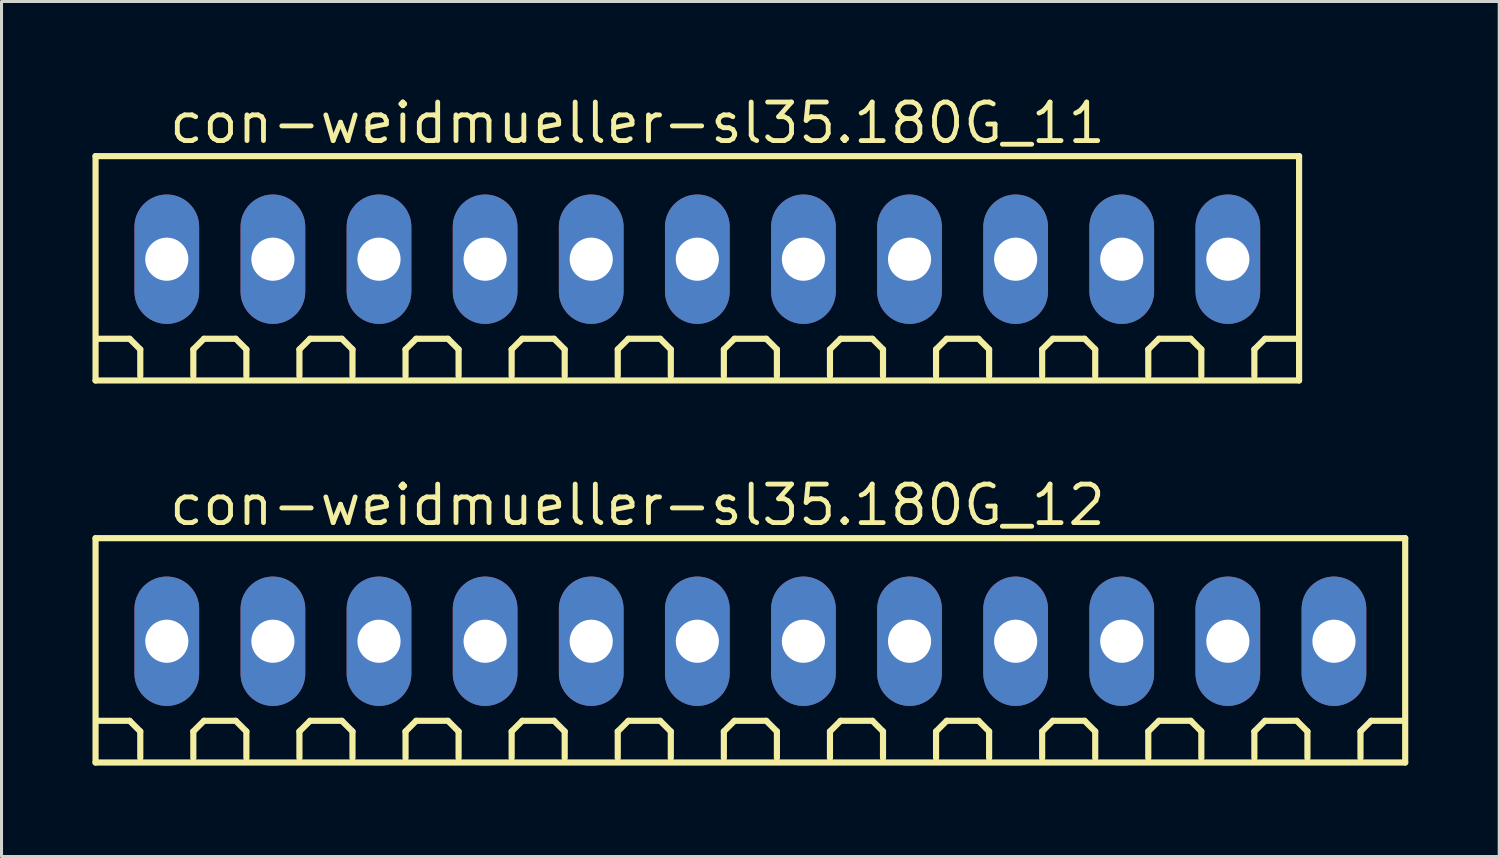
<source format=kicad_pcb>
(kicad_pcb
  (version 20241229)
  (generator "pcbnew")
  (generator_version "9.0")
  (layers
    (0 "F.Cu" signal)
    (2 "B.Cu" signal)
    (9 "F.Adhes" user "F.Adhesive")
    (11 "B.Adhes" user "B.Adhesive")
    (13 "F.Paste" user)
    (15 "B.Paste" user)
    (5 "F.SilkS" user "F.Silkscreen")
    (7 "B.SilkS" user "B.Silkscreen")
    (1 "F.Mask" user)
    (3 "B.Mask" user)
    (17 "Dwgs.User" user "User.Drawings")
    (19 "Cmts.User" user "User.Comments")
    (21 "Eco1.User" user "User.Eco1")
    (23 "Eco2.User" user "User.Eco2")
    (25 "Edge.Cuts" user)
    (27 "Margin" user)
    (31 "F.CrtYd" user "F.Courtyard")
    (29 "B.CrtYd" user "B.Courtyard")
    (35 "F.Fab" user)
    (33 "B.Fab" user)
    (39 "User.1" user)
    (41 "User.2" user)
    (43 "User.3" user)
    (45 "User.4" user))
  (footprint "con-weidmueller-sl35.180G_12"
    (layer "F.Cu")
    (at 21.702 18.102)
    (property "Reference" "con-weidmueller-sl35.180G_12" (at -19.25 -3.75 0) (layer "F.SilkS") (effects (font (size 1.27 1.27) (thickness 0.16)) (justify left bottom)))
    (attr through_hole)
    (fp_line (start -21.6 -3.4) (end 21.6 -3.4) (stroke (width 0.203) (type default)) (layer "F.SilkS"))
    (fp_line (start -21.6 4) (end -21.6 -3.4) (stroke (width 0.203) (type default)) (layer "F.SilkS"))
    (fp_line (start -20.475 2.625) (end -21.525 2.625) (stroke (width 0.203) (type default)) (layer "F.SilkS"))
    (fp_line (start -20.125 2.975) (end -20.475 2.625) (stroke (width 0.203) (type default)) (layer "F.SilkS"))
    (fp_line (start -20.125 3.85) (end -20.125 2.975) (stroke (width 0.203) (type default)) (layer "F.SilkS"))
    (fp_line (start -18.375 2.975) (end -18.025 2.625) (stroke (width 0.203) (type default)) (layer "F.SilkS"))
    (fp_line (start -18.375 3.85) (end -18.375 2.975) (stroke (width 0.203) (type default)) (layer "F.SilkS"))
    (fp_line (start -18.025 2.625) (end -16.975 2.625) (stroke (width 0.203) (type default)) (layer "F.SilkS"))
    (fp_line (start -16.975 2.625) (end -16.625 2.975) (stroke (width 0.203) (type default)) (layer "F.SilkS"))
    (fp_line (start -16.625 2.975) (end -16.625 3.85) (stroke (width 0.203) (type default)) (layer "F.SilkS"))
    (fp_line (start -14.875 2.975) (end -14.525 2.625) (stroke (width 0.203) (type default)) (layer "F.SilkS"))
    (fp_line (start -14.875 3.85) (end -14.875 2.975) (stroke (width 0.203) (type default)) (layer "F.SilkS"))
    (fp_line (start -14.525 2.625) (end -13.475 2.625) (stroke (width 0.203) (type default)) (layer "F.SilkS"))
    (fp_line (start -13.475 2.625) (end -13.125 2.975) (stroke (width 0.203) (type default)) (layer "F.SilkS"))
    (fp_line (start -13.125 2.975) (end -13.125 3.85) (stroke (width 0.203) (type default)) (layer "F.SilkS"))
    (fp_line (start -11.375 2.975) (end -11.025 2.625) (stroke (width 0.203) (type default)) (layer "F.SilkS"))
    (fp_line (start -11.375 3.85) (end -11.375 2.975) (stroke (width 0.203) (type default)) (layer "F.SilkS"))
    (fp_line (start -11.025 2.625) (end -9.975 2.625) (stroke (width 0.203) (type default)) (layer "F.SilkS"))
    (fp_line (start -9.975 2.625) (end -9.625 2.975) (stroke (width 0.203) (type default)) (layer "F.SilkS"))
    (fp_line (start -9.625 2.975) (end -9.625 3.85) (stroke (width 0.203) (type default)) (layer "F.SilkS"))
    (fp_line (start -7.875 2.975) (end -7.525 2.625) (stroke (width 0.203) (type default)) (layer "F.SilkS"))
    (fp_line (start -7.875 3.85) (end -7.875 2.975) (stroke (width 0.203) (type default)) (layer "F.SilkS"))
    (fp_line (start -7.525 2.625) (end -6.475 2.625) (stroke (width 0.203) (type default)) (layer "F.SilkS"))
    (fp_line (start -6.475 2.625) (end -6.125 2.975) (stroke (width 0.203) (type default)) (layer "F.SilkS"))
    (fp_line (start -6.125 2.975) (end -6.125 3.85) (stroke (width 0.203) (type default)) (layer "F.SilkS"))
    (fp_line (start -4.375 2.975) (end -4.025 2.625) (stroke (width 0.203) (type default)) (layer "F.SilkS"))
    (fp_line (start -4.375 3.85) (end -4.375 2.975) (stroke (width 0.203) (type default)) (layer "F.SilkS"))
    (fp_line (start -4.025 2.625) (end -2.975 2.625) (stroke (width 0.203) (type default)) (layer "F.SilkS"))
    (fp_line (start -2.975 2.625) (end -2.625 2.975) (stroke (width 0.203) (type default)) (layer "F.SilkS"))
    (fp_line (start -2.625 2.975) (end -2.625 3.85) (stroke (width 0.203) (type default)) (layer "F.SilkS"))
    (fp_line (start -0.875 2.975) (end -0.525 2.625) (stroke (width 0.203) (type default)) (layer "F.SilkS"))
    (fp_line (start -0.875 3.85) (end -0.875 2.975) (stroke (width 0.203) (type default)) (layer "F.SilkS"))
    (fp_line (start -0.525 2.625) (end 0.525 2.625) (stroke (width 0.203) (type default)) (layer "F.SilkS"))
    (fp_line (start 0.525 2.625) (end 0.875 2.975) (stroke (width 0.203) (type default)) (layer "F.SilkS"))
    (fp_line (start 0.875 2.975) (end 0.875 3.85) (stroke (width 0.203) (type default)) (layer "F.SilkS"))
    (fp_line (start 2.625 2.975) (end 2.975 2.625) (stroke (width 0.203) (type default)) (layer "F.SilkS"))
    (fp_line (start 2.625 3.85) (end 2.625 2.975) (stroke (width 0.203) (type default)) (layer "F.SilkS"))
    (fp_line (start 2.975 2.625) (end 4.025 2.625) (stroke (width 0.203) (type default)) (layer "F.SilkS"))
    (fp_line (start 4.025 2.625) (end 4.375 2.975) (stroke (width 0.203) (type default)) (layer "F.SilkS"))
    (fp_line (start 4.375 2.975) (end 4.375 3.85) (stroke (width 0.203) (type default)) (layer "F.SilkS"))
    (fp_line (start 6.125 2.975) (end 6.475 2.625) (stroke (width 0.203) (type default)) (layer "F.SilkS"))
    (fp_line (start 6.125 3.85) (end 6.125 2.975) (stroke (width 0.203) (type default)) (layer "F.SilkS"))
    (fp_line (start 6.475 2.625) (end 7.525 2.625) (stroke (width 0.203) (type default)) (layer "F.SilkS"))
    (fp_line (start 7.525 2.625) (end 7.875 2.975) (stroke (width 0.203) (type default)) (layer "F.SilkS"))
    (fp_line (start 7.875 2.975) (end 7.875 3.85) (stroke (width 0.203) (type default)) (layer "F.SilkS"))
    (fp_line (start 9.625 2.975) (end 9.975 2.625) (stroke (width 0.203) (type default)) (layer "F.SilkS"))
    (fp_line (start 9.625 3.85) (end 9.625 2.975) (stroke (width 0.203) (type default)) (layer "F.SilkS"))
    (fp_line (start 9.975 2.625) (end 11.025 2.625) (stroke (width 0.203) (type default)) (layer "F.SilkS"))
    (fp_line (start 11.025 2.625) (end 11.375 2.975) (stroke (width 0.203) (type default)) (layer "F.SilkS"))
    (fp_line (start 11.375 2.975) (end 11.375 3.85) (stroke (width 0.203) (type default)) (layer "F.SilkS"))
    (fp_line (start 13.125 2.975) (end 13.475 2.625) (stroke (width 0.203) (type default)) (layer "F.SilkS"))
    (fp_line (start 13.125 3.85) (end 13.125 2.975) (stroke (width 0.203) (type default)) (layer "F.SilkS"))
    (fp_line (start 13.475 2.625) (end 14.525 2.625) (stroke (width 0.203) (type default)) (layer "F.SilkS"))
    (fp_line (start 14.525 2.625) (end 14.875 2.975) (stroke (width 0.203) (type default)) (layer "F.SilkS"))
    (fp_line (start 14.875 2.975) (end 14.875 3.85) (stroke (width 0.203) (type default)) (layer "F.SilkS"))
    (fp_line (start 16.625 2.975) (end 16.975 2.625) (stroke (width 0.203) (type default)) (layer "F.SilkS"))
    (fp_line (start 16.625 3.85) (end 16.625 2.975) (stroke (width 0.203) (type default)) (layer "F.SilkS"))
    (fp_line (start 16.975 2.625) (end 18.025 2.625) (stroke (width 0.203) (type default)) (layer "F.SilkS"))
    (fp_line (start 18.025 2.625) (end 18.375 2.975) (stroke (width 0.203) (type default)) (layer "F.SilkS"))
    (fp_line (start 18.375 2.975) (end 18.375 3.85) (stroke (width 0.203) (type default)) (layer "F.SilkS"))
    (fp_line (start 20.125 2.975) (end 20.475 2.625) (stroke (width 0.203) (type default)) (layer "F.SilkS"))
    (fp_line (start 20.125 3.85) (end 20.125 2.975) (stroke (width 0.203) (type default)) (layer "F.SilkS"))
    (fp_line (start 21.525 2.625) (end 20.475 2.625) (stroke (width 0.203) (type default)) (layer "F.SilkS"))
    (fp_line (start 21.6 -3.4) (end 21.6 4) (stroke (width 0.203) (type default)) (layer "F.SilkS"))
    (fp_line (start 21.6 4) (end -21.6 4) (stroke (width 0.203) (type default)) (layer "F.SilkS"))
    (pad "1" thru_hole oval (at -19.25 0 90) (size 4.267 2.134) (drill 1.422) (layers "*.Cu" "*.Mask"))
    (pad "2" thru_hole oval (at -15.75 0 90) (size 4.267 2.134) (drill 1.422) (layers "*.Cu" "*.Mask"))
    (pad "3" thru_hole oval (at -12.25 0 90) (size 4.267 2.134) (drill 1.422) (layers "*.Cu" "*.Mask"))
    (pad "4" thru_hole oval (at -8.75 0 90) (size 4.267 2.134) (drill 1.422) (layers "*.Cu" "*.Mask"))
    (pad "5" thru_hole oval (at -5.25 0 90) (size 4.267 2.134) (drill 1.422) (layers "*.Cu" "*.Mask"))
    (pad "6" thru_hole oval (at -1.75 0 90) (size 4.267 2.134) (drill 1.422) (layers "*.Cu" "*.Mask"))
    (pad "7" thru_hole oval (at 1.75 0 90) (size 4.267 2.134) (drill 1.422) (layers "*.Cu" "*.Mask"))
    (pad "8" thru_hole oval (at 5.25 0 90) (size 4.267 2.134) (drill 1.422) (layers "*.Cu" "*.Mask"))
    (pad "9" thru_hole oval (at 8.75 0 90) (size 4.267 2.134) (drill 1.422) (layers "*.Cu" "*.Mask"))
    (pad "10" thru_hole oval (at 12.25 0 90) (size 4.267 2.134) (drill 1.422) (layers "*.Cu" "*.Mask"))
    (pad "11" thru_hole oval (at 15.75 0 90) (size 4.267 2.134) (drill 1.422) (layers "*.Cu" "*.Mask"))
    (pad "12" thru_hole oval (at 19.25 0 90) (size 4.267 2.134) (drill 1.422) (layers "*.Cu" "*.Mask")))
  (footprint "con-weidmueller-sl35.180G_11"
    (layer "F.Cu")
    (at 19.952 5.5)
    (property "Reference" "con-weidmueller-sl35.180G_11" (at -17.5 -3.75 0) (layer "F.SilkS") (effects (font (size 1.27 1.27) (thickness 0.16)) (justify left bottom)))
    (attr through_hole)
    (fp_line (start -19.85 -3.4) (end 19.85 -3.4) (stroke (width 0.203) (type default)) (layer "F.SilkS"))
    (fp_line (start -19.85 4) (end -19.85 -3.4) (stroke (width 0.203) (type default)) (layer "F.SilkS"))
    (fp_line (start -18.725 2.625) (end -19.775 2.625) (stroke (width 0.203) (type default)) (layer "F.SilkS"))
    (fp_line (start -18.375 2.975) (end -18.725 2.625) (stroke (width 0.203) (type default)) (layer "F.SilkS"))
    (fp_line (start -18.375 3.85) (end -18.375 2.975) (stroke (width 0.203) (type default)) (layer "F.SilkS"))
    (fp_line (start -16.625 2.975) (end -16.275 2.625) (stroke (width 0.203) (type default)) (layer "F.SilkS"))
    (fp_line (start -16.625 3.85) (end -16.625 2.975) (stroke (width 0.203) (type default)) (layer "F.SilkS"))
    (fp_line (start -16.275 2.625) (end -15.225 2.625) (stroke (width 0.203) (type default)) (layer "F.SilkS"))
    (fp_line (start -15.225 2.625) (end -14.875 2.975) (stroke (width 0.203) (type default)) (layer "F.SilkS"))
    (fp_line (start -14.875 2.975) (end -14.875 3.85) (stroke (width 0.203) (type default)) (layer "F.SilkS"))
    (fp_line (start -13.125 2.975) (end -12.775 2.625) (stroke (width 0.203) (type default)) (layer "F.SilkS"))
    (fp_line (start -13.125 3.85) (end -13.125 2.975) (stroke (width 0.203) (type default)) (layer "F.SilkS"))
    (fp_line (start -12.775 2.625) (end -11.725 2.625) (stroke (width 0.203) (type default)) (layer "F.SilkS"))
    (fp_line (start -11.725 2.625) (end -11.375 2.975) (stroke (width 0.203) (type default)) (layer "F.SilkS"))
    (fp_line (start -11.375 2.975) (end -11.375 3.85) (stroke (width 0.203) (type default)) (layer "F.SilkS"))
    (fp_line (start -9.625 2.975) (end -9.275 2.625) (stroke (width 0.203) (type default)) (layer "F.SilkS"))
    (fp_line (start -9.625 3.85) (end -9.625 2.975) (stroke (width 0.203) (type default)) (layer "F.SilkS"))
    (fp_line (start -9.275 2.625) (end -8.225 2.625) (stroke (width 0.203) (type default)) (layer "F.SilkS"))
    (fp_line (start -8.225 2.625) (end -7.875 2.975) (stroke (width 0.203) (type default)) (layer "F.SilkS"))
    (fp_line (start -7.875 2.975) (end -7.875 3.85) (stroke (width 0.203) (type default)) (layer "F.SilkS"))
    (fp_line (start -6.125 2.975) (end -5.775 2.625) (stroke (width 0.203) (type default)) (layer "F.SilkS"))
    (fp_line (start -6.125 3.85) (end -6.125 2.975) (stroke (width 0.203) (type default)) (layer "F.SilkS"))
    (fp_line (start -5.775 2.625) (end -4.725 2.625) (stroke (width 0.203) (type default)) (layer "F.SilkS"))
    (fp_line (start -4.725 2.625) (end -4.375 2.975) (stroke (width 0.203) (type default)) (layer "F.SilkS"))
    (fp_line (start -4.375 2.975) (end -4.375 3.85) (stroke (width 0.203) (type default)) (layer "F.SilkS"))
    (fp_line (start -2.625 2.975) (end -2.275 2.625) (stroke (width 0.203) (type default)) (layer "F.SilkS"))
    (fp_line (start -2.625 3.85) (end -2.625 2.975) (stroke (width 0.203) (type default)) (layer "F.SilkS"))
    (fp_line (start -2.275 2.625) (end -1.225 2.625) (stroke (width 0.203) (type default)) (layer "F.SilkS"))
    (fp_line (start -1.225 2.625) (end -0.875 2.975) (stroke (width 0.203) (type default)) (layer "F.SilkS"))
    (fp_line (start -0.875 2.975) (end -0.875 3.85) (stroke (width 0.203) (type default)) (layer "F.SilkS"))
    (fp_line (start 0.875 2.975) (end 1.225 2.625) (stroke (width 0.203) (type default)) (layer "F.SilkS"))
    (fp_line (start 0.875 3.85) (end 0.875 2.975) (stroke (width 0.203) (type default)) (layer "F.SilkS"))
    (fp_line (start 1.225 2.625) (end 2.275 2.625) (stroke (width 0.203) (type default)) (layer "F.SilkS"))
    (fp_line (start 2.275 2.625) (end 2.625 2.975) (stroke (width 0.203) (type default)) (layer "F.SilkS"))
    (fp_line (start 2.625 2.975) (end 2.625 3.85) (stroke (width 0.203) (type default)) (layer "F.SilkS"))
    (fp_line (start 4.375 2.975) (end 4.725 2.625) (stroke (width 0.203) (type default)) (layer "F.SilkS"))
    (fp_line (start 4.375 3.85) (end 4.375 2.975) (stroke (width 0.203) (type default)) (layer "F.SilkS"))
    (fp_line (start 4.725 2.625) (end 5.775 2.625) (stroke (width 0.203) (type default)) (layer "F.SilkS"))
    (fp_line (start 5.775 2.625) (end 6.125 2.975) (stroke (width 0.203) (type default)) (layer "F.SilkS"))
    (fp_line (start 6.125 2.975) (end 6.125 3.85) (stroke (width 0.203) (type default)) (layer "F.SilkS"))
    (fp_line (start 7.875 2.975) (end 8.225 2.625) (stroke (width 0.203) (type default)) (layer "F.SilkS"))
    (fp_line (start 7.875 3.85) (end 7.875 2.975) (stroke (width 0.203) (type default)) (layer "F.SilkS"))
    (fp_line (start 8.225 2.625) (end 9.275 2.625) (stroke (width 0.203) (type default)) (layer "F.SilkS"))
    (fp_line (start 9.275 2.625) (end 9.625 2.975) (stroke (width 0.203) (type default)) (layer "F.SilkS"))
    (fp_line (start 9.625 2.975) (end 9.625 3.85) (stroke (width 0.203) (type default)) (layer "F.SilkS"))
    (fp_line (start 11.375 2.975) (end 11.725 2.625) (stroke (width 0.203) (type default)) (layer "F.SilkS"))
    (fp_line (start 11.375 3.85) (end 11.375 2.975) (stroke (width 0.203) (type default)) (layer "F.SilkS"))
    (fp_line (start 11.725 2.625) (end 12.775 2.625) (stroke (width 0.203) (type default)) (layer "F.SilkS"))
    (fp_line (start 12.775 2.625) (end 13.125 2.975) (stroke (width 0.203) (type default)) (layer "F.SilkS"))
    (fp_line (start 13.125 2.975) (end 13.125 3.85) (stroke (width 0.203) (type default)) (layer "F.SilkS"))
    (fp_line (start 14.875 2.975) (end 15.225 2.625) (stroke (width 0.203) (type default)) (layer "F.SilkS"))
    (fp_line (start 14.875 3.85) (end 14.875 2.975) (stroke (width 0.203) (type default)) (layer "F.SilkS"))
    (fp_line (start 15.225 2.625) (end 16.275 2.625) (stroke (width 0.203) (type default)) (layer "F.SilkS"))
    (fp_line (start 16.275 2.625) (end 16.625 2.975) (stroke (width 0.203) (type default)) (layer "F.SilkS"))
    (fp_line (start 16.625 2.975) (end 16.625 3.85) (stroke (width 0.203) (type default)) (layer "F.SilkS"))
    (fp_line (start 18.375 2.975) (end 18.725 2.625) (stroke (width 0.203) (type default)) (layer "F.SilkS"))
    (fp_line (start 18.375 3.85) (end 18.375 2.975) (stroke (width 0.203) (type default)) (layer "F.SilkS"))
    (fp_line (start 19.775 2.625) (end 18.725 2.625) (stroke (width 0.203) (type default)) (layer "F.SilkS"))
    (fp_line (start 19.85 -3.4) (end 19.85 4) (stroke (width 0.203) (type default)) (layer "F.SilkS"))
    (fp_line (start 19.85 4) (end -19.85 4) (stroke (width 0.203) (type default)) (layer "F.SilkS"))
    (pad "1" thru_hole oval (at -17.5 0 90) (size 4.267 2.134) (drill 1.422) (layers "*.Cu" "*.Mask"))
    (pad "2" thru_hole oval (at -14 0 90) (size 4.267 2.134) (drill 1.422) (layers "*.Cu" "*.Mask"))
    (pad "3" thru_hole oval (at -10.5 0 90) (size 4.267 2.134) (drill 1.422) (layers "*.Cu" "*.Mask"))
    (pad "4" thru_hole oval (at -7 0 90) (size 4.267 2.134) (drill 1.422) (layers "*.Cu" "*.Mask"))
    (pad "5" thru_hole oval (at -3.5 0 90) (size 4.267 2.134) (drill 1.422) (layers "*.Cu" "*.Mask"))
    (pad "6" thru_hole oval (at 0 0 90) (size 4.267 2.134) (drill 1.422) (layers "*.Cu" "*.Mask"))
    (pad "7" thru_hole oval (at 3.5 0 90) (size 4.267 2.134) (drill 1.422) (layers "*.Cu" "*.Mask"))
    (pad "8" thru_hole oval (at 7 0 90) (size 4.267 2.134) (drill 1.422) (layers "*.Cu" "*.Mask"))
    (pad "9" thru_hole oval (at 10.5 0 90) (size 4.267 2.134) (drill 1.422) (layers "*.Cu" "*.Mask"))
    (pad "10" thru_hole oval (at 14 0 90) (size 4.267 2.134) (drill 1.422) (layers "*.Cu" "*.Mask"))
    (pad "11" thru_hole oval (at 17.5 0 90) (size 4.267 2.134) (drill 1.422) (layers "*.Cu" "*.Mask")))
  (gr_rect
    (start -3 -3)
    (end 46.403 25.203)
    (stroke (width 0.1) (type default))
    (fill no)
    (layer "Edge.Cuts")))
</source>
